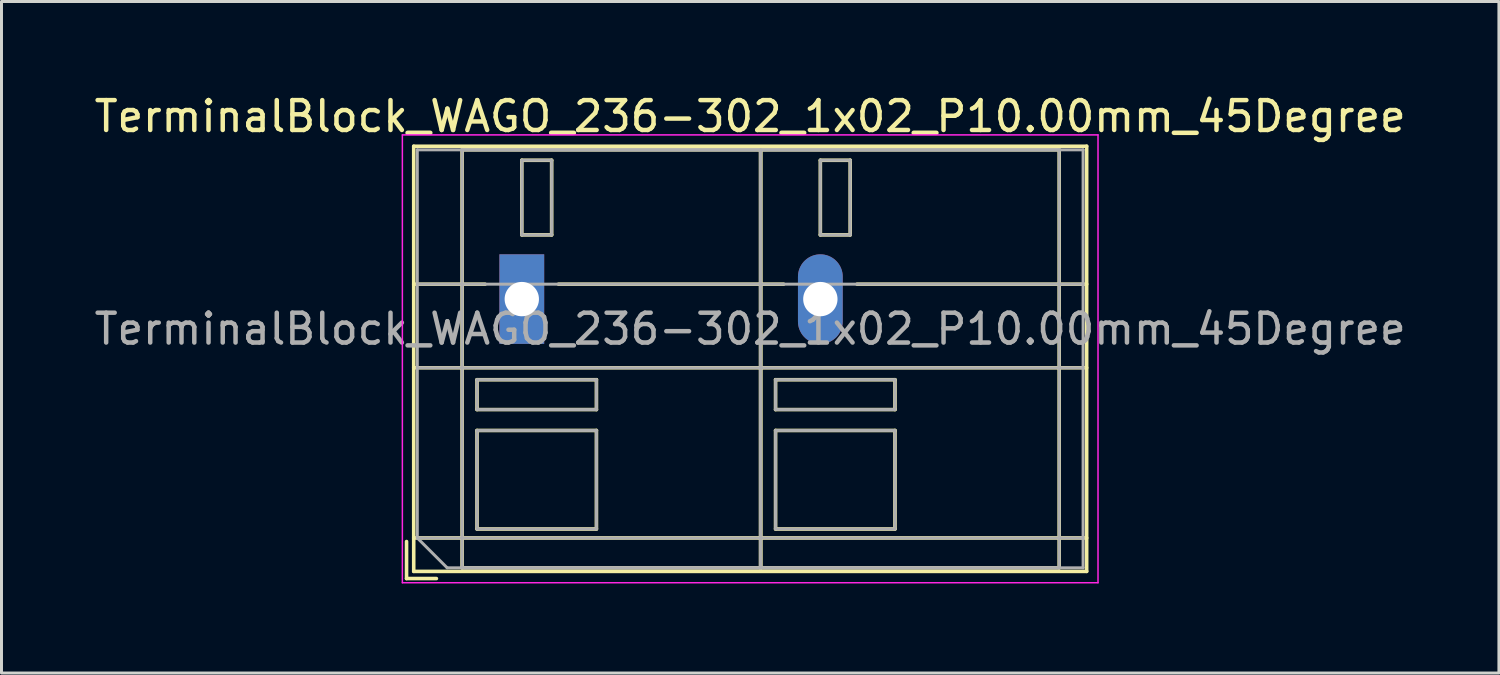
<source format=kicad_pcb>
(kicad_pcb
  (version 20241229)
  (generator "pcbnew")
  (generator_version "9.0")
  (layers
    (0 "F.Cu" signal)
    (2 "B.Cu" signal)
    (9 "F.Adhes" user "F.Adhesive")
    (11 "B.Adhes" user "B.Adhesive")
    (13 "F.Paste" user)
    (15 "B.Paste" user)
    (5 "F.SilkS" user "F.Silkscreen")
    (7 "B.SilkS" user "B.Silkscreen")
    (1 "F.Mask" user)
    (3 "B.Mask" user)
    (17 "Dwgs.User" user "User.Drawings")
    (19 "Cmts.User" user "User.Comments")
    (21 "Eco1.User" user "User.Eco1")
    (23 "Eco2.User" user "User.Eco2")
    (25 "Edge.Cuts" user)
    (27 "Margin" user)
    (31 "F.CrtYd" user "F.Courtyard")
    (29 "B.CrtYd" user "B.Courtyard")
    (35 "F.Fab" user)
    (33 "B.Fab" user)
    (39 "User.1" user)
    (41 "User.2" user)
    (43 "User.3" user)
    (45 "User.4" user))
  (footprint "TerminalBlock_WAGO_236-302_1x02_P10.00mm_45Degree"
    (layer "F.Cu")
    (at 14.427 6.968)
    (property "Reference" "TerminalBlock_WAGO_236-302_1x02_P10.00mm_45Degree" (at 7.65 -6.12 0) (layer "F.SilkS") (effects (font (size 1 1) (thickness 0.15))))
    (attr through_hole)
    (fp_line (start -3.86 8.12) (end -3.86 9.36) (stroke (width 0.12) (type solid)) (layer "F.SilkS"))
    (fp_line (start -3.86 9.36) (end -2.86 9.36) (stroke (width 0.12) (type solid)) (layer "F.SilkS"))
    (fp_line (start -3.62 -5.12) (end -3.62 9.12) (stroke (width 0.12) (type solid)) (layer "F.SilkS"))
    (fp_line (start -3.62 -5.12) (end 18.92 -5.12) (stroke (width 0.12) (type solid)) (layer "F.SilkS"))
    (fp_line (start -3.62 -0.5) (end -1.23 -0.5) (stroke (width 0.12) (type solid)) (layer "F.SilkS"))
    (fp_line (start -3.62 2.3) (end 18.92 2.3) (stroke (width 0.12) (type solid)) (layer "F.SilkS"))
    (fp_line (start -3.62 8) (end 18.92 8) (stroke (width 0.12) (type solid)) (layer "F.SilkS"))
    (fp_line (start -3.62 9.12) (end 18.92 9.12) (stroke (width 0.12) (type solid)) (layer "F.SilkS"))
    (fp_line (start -2 -5) (end -2 9) (stroke (width 0.12) (type solid)) (layer "F.SilkS"))
    (fp_line (start -2 -5) (end 8 -5) (stroke (width 0.12) (type solid)) (layer "F.SilkS"))
    (fp_line (start -2 9) (end 8 9) (stroke (width 0.12) (type solid)) (layer "F.SilkS"))
    (fp_line (start -1.5 2.7) (end -1.5 3.7) (stroke (width 0.12) (type solid)) (layer "F.SilkS"))
    (fp_line (start -1.5 2.7) (end 2.5 2.7) (stroke (width 0.12) (type solid)) (layer "F.SilkS"))
    (fp_line (start -1.5 3.7) (end 2.5 3.7) (stroke (width 0.12) (type solid)) (layer "F.SilkS"))
    (fp_line (start -1.5 4.4) (end -1.5 7.7) (stroke (width 0.12) (type solid)) (layer "F.SilkS"))
    (fp_line (start -1.5 4.4) (end 2.5 4.4) (stroke (width 0.12) (type solid)) (layer "F.SilkS"))
    (fp_line (start -1.5 7.7) (end 2.5 7.7) (stroke (width 0.12) (type solid)) (layer "F.SilkS"))
    (fp_line (start 0 -4.65) (end 0 -2.151) (stroke (width 0.12) (type solid)) (layer "F.SilkS"))
    (fp_line (start 0 -4.65) (end 1 -4.65) (stroke (width 0.12) (type solid)) (layer "F.SilkS"))
    (fp_line (start 0 -2.151) (end 1 -2.151) (stroke (width 0.12) (type solid)) (layer "F.SilkS"))
    (fp_line (start 1 -4.65) (end 1 -2.151) (stroke (width 0.12) (type solid)) (layer "F.SilkS"))
    (fp_line (start 1.23 -0.5) (end 8.77 -0.5) (stroke (width 0.12) (type solid)) (layer "F.SilkS"))
    (fp_line (start 2.5 2.7) (end 2.5 3.7) (stroke (width 0.12) (type solid)) (layer "F.SilkS"))
    (fp_line (start 2.5 4.4) (end 2.5 7.7) (stroke (width 0.12) (type solid)) (layer "F.SilkS"))
    (fp_line (start 8 -5) (end 8 9) (stroke (width 0.12) (type solid)) (layer "F.SilkS"))
    (fp_line (start 8 -5) (end 8 9) (stroke (width 0.12) (type solid)) (layer "F.SilkS"))
    (fp_line (start 8 -5) (end 18 -5) (stroke (width 0.12) (type solid)) (layer "F.SilkS"))
    (fp_line (start 8 9) (end 18 9) (stroke (width 0.12) (type solid)) (layer "F.SilkS"))
    (fp_line (start 8.5 2.7) (end 8.5 3.7) (stroke (width 0.12) (type solid)) (layer "F.SilkS"))
    (fp_line (start 8.5 2.7) (end 12.5 2.7) (stroke (width 0.12) (type solid)) (layer "F.SilkS"))
    (fp_line (start 8.5 3.7) (end 12.5 3.7) (stroke (width 0.12) (type solid)) (layer "F.SilkS"))
    (fp_line (start 8.5 4.4) (end 8.5 7.7) (stroke (width 0.12) (type solid)) (layer "F.SilkS"))
    (fp_line (start 8.5 4.4) (end 12.5 4.4) (stroke (width 0.12) (type solid)) (layer "F.SilkS"))
    (fp_line (start 8.5 7.7) (end 12.5 7.7) (stroke (width 0.12) (type solid)) (layer "F.SilkS"))
    (fp_line (start 10 -4.65) (end 10 -2.151) (stroke (width 0.12) (type solid)) (layer "F.SilkS"))
    (fp_line (start 10 -4.65) (end 11 -4.65) (stroke (width 0.12) (type solid)) (layer "F.SilkS"))
    (fp_line (start 10 -2.151) (end 11 -2.151) (stroke (width 0.12) (type solid)) (layer "F.SilkS"))
    (fp_line (start 11 -4.65) (end 11 -2.151) (stroke (width 0.12) (type solid)) (layer "F.SilkS"))
    (fp_line (start 11.23 -0.5) (end 18.92 -0.5) (stroke (width 0.12) (type solid)) (layer "F.SilkS"))
    (fp_line (start 12.5 2.7) (end 12.5 3.7) (stroke (width 0.12) (type solid)) (layer "F.SilkS"))
    (fp_line (start 12.5 4.4) (end 12.5 7.7) (stroke (width 0.12) (type solid)) (layer "F.SilkS"))
    (fp_line (start 18 -5) (end 18 9) (stroke (width 0.12) (type solid)) (layer "F.SilkS"))
    (fp_line (start 18.92 -5.12) (end 18.92 9.12) (stroke (width 0.12) (type solid)) (layer "F.SilkS"))
    (fp_line (start -4 -5.5) (end -4 9.5) (stroke (width 0.05) (type solid)) (layer "F.CrtYd"))
    (fp_line (start -4 9.5) (end 19.3 9.5) (stroke (width 0.05) (type solid)) (layer "F.CrtYd"))
    (fp_line (start 19.3 -5.5) (end -4 -5.5) (stroke (width 0.05) (type solid)) (layer "F.CrtYd"))
    (fp_line (start 19.3 9.5) (end 19.3 -5.5) (stroke (width 0.05) (type solid)) (layer "F.CrtYd"))
    (fp_line (start -3.5 -5) (end 18.8 -5) (stroke (width 0.1) (type solid)) (layer "F.Fab"))
    (fp_line (start -3.5 -0.5) (end 18.8 -0.5) (stroke (width 0.1) (type solid)) (layer "F.Fab"))
    (fp_line (start -3.5 2.3) (end 18.8 2.3) (stroke (width 0.1) (type solid)) (layer "F.Fab"))
    (fp_line (start -3.5 8) (end -3.5 -5) (stroke (width 0.1) (type solid)) (layer "F.Fab"))
    (fp_line (start -3.5 8) (end 18.8 8) (stroke (width 0.1) (type solid)) (layer "F.Fab"))
    (fp_line (start -2.5 9) (end -3.5 8) (stroke (width 0.1) (type solid)) (layer "F.Fab"))
    (fp_line (start -2 -5) (end -2 9) (stroke (width 0.1) (type solid)) (layer "F.Fab"))
    (fp_line (start -2 9) (end 8 9) (stroke (width 0.1) (type solid)) (layer "F.Fab"))
    (fp_line (start -1.5 2.7) (end -1.5 3.7) (stroke (width 0.1) (type solid)) (layer "F.Fab"))
    (fp_line (start -1.5 3.7) (end 2.5 3.7) (stroke (width 0.1) (type solid)) (layer "F.Fab"))
    (fp_line (start -1.5 4.4) (end -1.5 7.7) (stroke (width 0.1) (type solid)) (layer "F.Fab"))
    (fp_line (start -1.5 7.7) (end 2.5 7.7) (stroke (width 0.1) (type solid)) (layer "F.Fab"))
    (fp_line (start 0 -4.65) (end 0 -2.15) (stroke (width 0.1) (type solid)) (layer "F.Fab"))
    (fp_line (start 0 -2.15) (end 1 -2.15) (stroke (width 0.1) (type solid)) (layer "F.Fab"))
    (fp_line (start 1 -4.65) (end 0 -4.65) (stroke (width 0.1) (type solid)) (layer "F.Fab"))
    (fp_line (start 1 -2.15) (end 1 -4.65) (stroke (width 0.1) (type solid)) (layer "F.Fab"))
    (fp_line (start 2.5 2.7) (end -1.5 2.7) (stroke (width 0.1) (type solid)) (layer "F.Fab"))
    (fp_line (start 2.5 3.7) (end 2.5 2.7) (stroke (width 0.1) (type solid)) (layer "F.Fab"))
    (fp_line (start 2.5 4.4) (end -1.5 4.4) (stroke (width 0.1) (type solid)) (layer "F.Fab"))
    (fp_line (start 2.5 7.7) (end 2.5 4.4) (stroke (width 0.1) (type solid)) (layer "F.Fab"))
    (fp_line (start 8 -5) (end -2 -5) (stroke (width 0.1) (type solid)) (layer "F.Fab"))
    (fp_line (start 8 -5) (end 8 9) (stroke (width 0.1) (type solid)) (layer "F.Fab"))
    (fp_line (start 8 9) (end 8 -5) (stroke (width 0.1) (type solid)) (layer "F.Fab"))
    (fp_line (start 8 9) (end 18 9) (stroke (width 0.1) (type solid)) (layer "F.Fab"))
    (fp_line (start 8.5 2.7) (end 8.5 3.7) (stroke (width 0.1) (type solid)) (layer "F.Fab"))
    (fp_line (start 8.5 3.7) (end 12.5 3.7) (stroke (width 0.1) (type solid)) (layer "F.Fab"))
    (fp_line (start 8.5 4.4) (end 8.5 7.7) (stroke (width 0.1) (type solid)) (layer "F.Fab"))
    (fp_line (start 8.5 7.7) (end 12.5 7.7) (stroke (width 0.1) (type solid)) (layer "F.Fab"))
    (fp_line (start 10 -4.65) (end 10 -2.15) (stroke (width 0.1) (type solid)) (layer "F.Fab"))
    (fp_line (start 10 -2.15) (end 11 -2.15) (stroke (width 0.1) (type solid)) (layer "F.Fab"))
    (fp_line (start 11 -4.65) (end 10 -4.65) (stroke (width 0.1) (type solid)) (layer "F.Fab"))
    (fp_line (start 11 -2.15) (end 11 -4.65) (stroke (width 0.1) (type solid)) (layer "F.Fab"))
    (fp_line (start 12.5 2.7) (end 8.5 2.7) (stroke (width 0.1) (type solid)) (layer "F.Fab"))
    (fp_line (start 12.5 3.7) (end 12.5 2.7) (stroke (width 0.1) (type solid)) (layer "F.Fab"))
    (fp_line (start 12.5 4.4) (end 8.5 4.4) (stroke (width 0.1) (type solid)) (layer "F.Fab"))
    (fp_line (start 12.5 7.7) (end 12.5 4.4) (stroke (width 0.1) (type solid)) (layer "F.Fab"))
    (fp_line (start 18 -5) (end 8 -5) (stroke (width 0.1) (type solid)) (layer "F.Fab"))
    (fp_line (start 18 9) (end 18 -5) (stroke (width 0.1) (type solid)) (layer "F.Fab"))
    (fp_line (start 18.8 -5) (end 18.8 9) (stroke (width 0.1) (type solid)) (layer "F.Fab"))
    (fp_line (start 18.8 9) (end -2.5 9) (stroke (width 0.1) (type solid)) (layer "F.Fab"))
    (fp_text user "${REFERENCE}" (at 7.65 1 0) (layer "F.Fab") (effects (font (size 1 1) (thickness 0.15))))
    (pad "1" thru_hole rect (at 0 0) (size 1.5 3) (drill 1.15) (layers "*.Cu" "*.Mask"))
    (pad "2" thru_hole oval (at 10 0) (size 1.5 3) (drill 1.15) (layers "*.Cu" "*.Mask")))
  (gr_rect
    (start -3 -3)
    (end 47.155 19.493)
    (stroke (width 0.1) (type default))
    (fill no)
    (layer "Edge.Cuts")))
</source>
